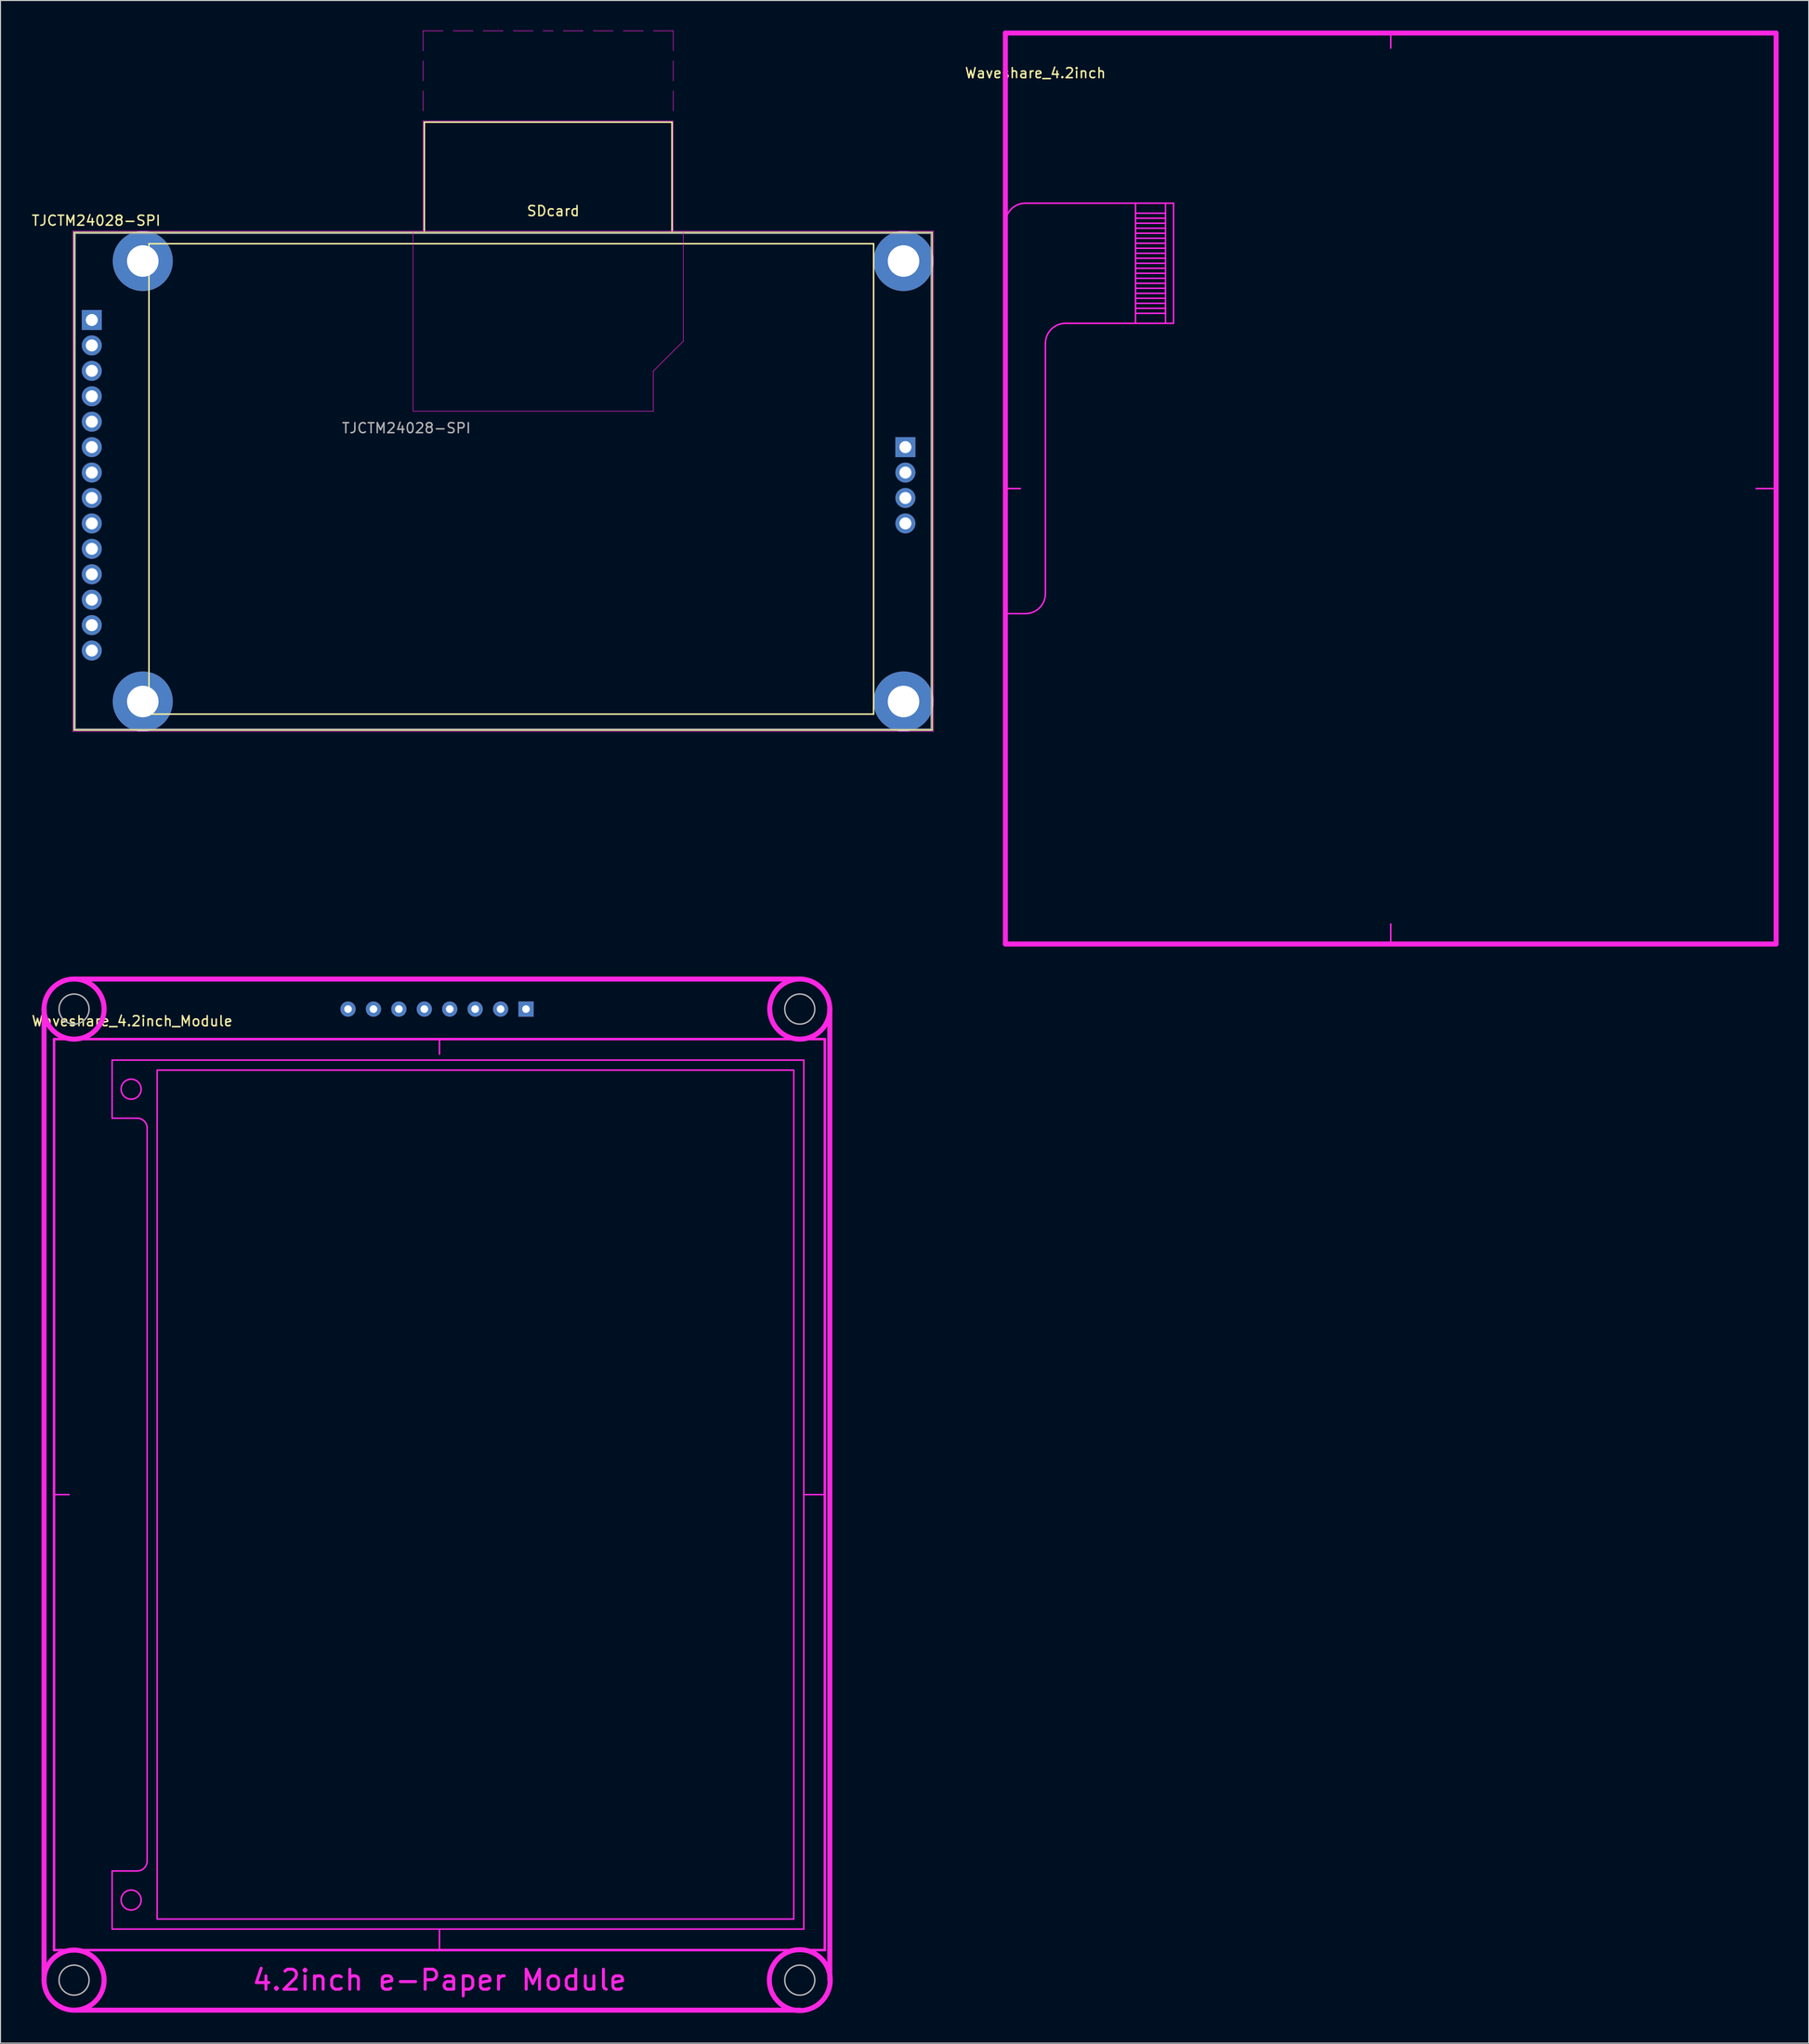
<source format=kicad_pcb>
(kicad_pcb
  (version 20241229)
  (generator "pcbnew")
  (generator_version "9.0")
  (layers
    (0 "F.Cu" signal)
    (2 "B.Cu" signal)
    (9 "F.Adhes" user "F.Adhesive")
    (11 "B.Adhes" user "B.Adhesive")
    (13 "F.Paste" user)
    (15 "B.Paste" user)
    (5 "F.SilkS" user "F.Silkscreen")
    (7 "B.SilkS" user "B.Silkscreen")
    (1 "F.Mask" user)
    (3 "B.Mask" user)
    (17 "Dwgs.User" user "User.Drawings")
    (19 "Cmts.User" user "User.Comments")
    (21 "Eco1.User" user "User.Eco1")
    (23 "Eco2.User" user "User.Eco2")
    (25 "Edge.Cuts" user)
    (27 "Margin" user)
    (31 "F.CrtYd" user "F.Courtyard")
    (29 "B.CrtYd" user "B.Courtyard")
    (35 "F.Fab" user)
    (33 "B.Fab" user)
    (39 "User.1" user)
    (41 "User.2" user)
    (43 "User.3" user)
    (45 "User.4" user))
  (footprint "Waveshare_4.2inch"
    (layer "F.Cu")
    (at 135.887 45.75)
    (property "Reference" "Waveshare_4.2inch" (at -35.5 -41.5 0) (layer "F.SilkS") (effects (font (size 1 1) (thickness 0.15))))
    (attr through_hole)
    (fp_line (start -38.5 -45.5) (end -38.5 45.5) (stroke (width 0.5) (type solid)) (layer "F.CrtYd"))
    (fp_line (start -38.5 0) (end -37 0) (stroke (width 0.15) (type solid)) (layer "F.CrtYd"))
    (fp_line (start -38.5 12.5) (end -36.5 12.5) (stroke (width 0.15) (type solid)) (layer "F.CrtYd"))
    (fp_line (start -38.5 45.5) (end 38.5 45.5) (stroke (width 0.5) (type solid)) (layer "F.CrtYd"))
    (fp_line (start -34.5 -14.5) (end -34.5 10.5) (stroke (width 0.15) (type solid)) (layer "F.CrtYd"))
    (fp_line (start -25.5 -28.5) (end -36.5 -28.5) (stroke (width 0.15) (type solid)) (layer "F.CrtYd"))
    (fp_line (start -25.5 -28.5) (end -25.5 -16.5) (stroke (width 0.15) (type solid)) (layer "F.CrtYd"))
    (fp_line (start -25.5 -28.5) (end -21.7 -28.5) (stroke (width 0.15) (type solid)) (layer "F.CrtYd"))
    (fp_line (start -25.5 -27) (end -22.5 -27) (stroke (width 0.15) (type solid)) (layer "F.CrtYd"))
    (fp_line (start -25.5 -26.5) (end -22.5 -26.5) (stroke (width 0.15) (type solid)) (layer "F.CrtYd"))
    (fp_line (start -25.5 -25) (end -22.5 -25) (stroke (width 0.15) (type solid)) (layer "F.CrtYd"))
    (fp_line (start -25.5 -24.5) (end -22.5 -24.5) (stroke (width 0.15) (type solid)) (layer "F.CrtYd"))
    (fp_line (start -25.5 -23) (end -22.5 -23) (stroke (width 0.15) (type solid)) (layer "F.CrtYd"))
    (fp_line (start -25.5 -22.5) (end -22.5 -22.5) (stroke (width 0.15) (type solid)) (layer "F.CrtYd"))
    (fp_line (start -25.5 -21.5) (end -22.5 -21.5) (stroke (width 0.15) (type solid)) (layer "F.CrtYd"))
    (fp_line (start -25.5 -21) (end -22.5 -21) (stroke (width 0.15) (type solid)) (layer "F.CrtYd"))
    (fp_line (start -25.5 -19.5) (end -22.5 -19.5) (stroke (width 0.15) (type solid)) (layer "F.CrtYd"))
    (fp_line (start -25.5 -19) (end -22.5 -19) (stroke (width 0.15) (type solid)) (layer "F.CrtYd"))
    (fp_line (start -25.5 -17.5) (end -22.5 -17.5) (stroke (width 0.15) (type solid)) (layer "F.CrtYd"))
    (fp_line (start -25.5 -16.5) (end -32.5 -16.5) (stroke (width 0.15) (type solid)) (layer "F.CrtYd"))
    (fp_line (start -22.5 -28.5) (end -22.5 -16.5) (stroke (width 0.15) (type solid)) (layer "F.CrtYd"))
    (fp_line (start -22.5 -27.5) (end -25.5 -27.5) (stroke (width 0.15) (type solid)) (layer "F.CrtYd"))
    (fp_line (start -22.5 -26) (end -25.5 -26) (stroke (width 0.15) (type solid)) (layer "F.CrtYd"))
    (fp_line (start -22.5 -25.5) (end -25.5 -25.5) (stroke (width 0.15) (type solid)) (layer "F.CrtYd"))
    (fp_line (start -22.5 -24) (end -25.5 -24) (stroke (width 0.15) (type solid)) (layer "F.CrtYd"))
    (fp_line (start -22.5 -23.5) (end -25.5 -23.5) (stroke (width 0.15) (type solid)) (layer "F.CrtYd"))
    (fp_line (start -22.5 -22) (end -25.5 -22) (stroke (width 0.15) (type solid)) (layer "F.CrtYd"))
    (fp_line (start -22.5 -20.5) (end -25.5 -20.5) (stroke (width 0.15) (type solid)) (layer "F.CrtYd"))
    (fp_line (start -22.5 -20) (end -25.5 -20) (stroke (width 0.15) (type solid)) (layer "F.CrtYd"))
    (fp_line (start -22.5 -19.5) (end -22.5 -20.5) (stroke (width 0.15) (type solid)) (layer "F.CrtYd"))
    (fp_line (start -22.5 -18.5) (end -25.5 -18.5) (stroke (width 0.15) (type solid)) (layer "F.CrtYd"))
    (fp_line (start -22.5 -18) (end -25.5 -18) (stroke (width 0.15) (type solid)) (layer "F.CrtYd"))
    (fp_line (start -22.5 -17.5) (end -22.5 -18.5) (stroke (width 0.15) (type solid)) (layer "F.CrtYd"))
    (fp_line (start -21.7 -28.5) (end -21.7 -16.5) (stroke (width 0.15) (type solid)) (layer "F.CrtYd"))
    (fp_line (start -21.7 -16.5) (end -25.5 -16.5) (stroke (width 0.15) (type solid)) (layer "F.CrtYd"))
    (fp_line (start 0 -45.5) (end 0 -44) (stroke (width 0.15) (type solid)) (layer "F.CrtYd"))
    (fp_line (start 0 45.5) (end 0 43.5) (stroke (width 0.15) (type solid)) (layer "F.CrtYd"))
    (fp_line (start 38.5 -45.5) (end -38.5 -45.5) (stroke (width 0.5) (type solid)) (layer "F.CrtYd"))
    (fp_line (start 38.5 0) (end 36.5 0) (stroke (width 0.15) (type solid)) (layer "F.CrtYd"))
    (fp_line (start 38.5 45.5) (end 38.5 -45.5) (stroke (width 0.5) (type solid)) (layer "F.CrtYd"))
    (fp_arc (start -38.5 -26.5) (mid -37.914214 -27.914214) (end -36.5 -28.5) (stroke (width 0.15) (type solid)) (layer "F.CrtYd"))
    (fp_arc (start -34.5 -14.5) (mid -33.914214 -15.914214) (end -32.5 -16.5) (stroke (width 0.15) (type solid)) (layer "F.CrtYd"))
    (fp_arc (start -34.5 10.5) (mid -35.085786 11.914214) (end -36.5 12.5) (stroke (width 0.15) (type solid)) (layer "F.CrtYd")))
  (footprint "Waveshare_4.2inch_Module"
    (layer "F.Cu")
    (at 40.849 146.25)
    (property "Reference" "Waveshare_4.2inch_Module" (at -30.7 -47.3 0) (layer "F.SilkS") (effects (font (size 1 1) (thickness 0.15))))
    (attr through_hole)
    (fp_line (start -39.5 48.5) (end -39.5 -48.5) (stroke (width 0.5) (type solid)) (layer "F.CrtYd"))
    (fp_line (start -38.5 -45.5) (end -38.5 45.5) (stroke (width 0.25) (type solid)) (layer "F.CrtYd"))
    (fp_line (start -38.5 0) (end -37 0) (stroke (width 0.15) (type solid)) (layer "F.CrtYd"))
    (fp_line (start -38.5 45.5) (end 38.5 45.5) (stroke (width 0.25) (type solid)) (layer "F.CrtYd"))
    (fp_line (start -36.5 -51.5) (end 36 -51.5) (stroke (width 0.5) (type solid)) (layer "F.CrtYd"))
    (fp_line (start -36.5 51.5) (end 36 51.5) (stroke (width 0.5) (type solid)) (layer "F.CrtYd"))
    (fp_line (start -32.7 -43.4) (end -32.7 -37.6) (stroke (width 0.15) (type solid)) (layer "F.CrtYd"))
    (fp_line (start -32.7 -37.6) (end -30.3 -37.6) (stroke (width 0.15) (type solid)) (layer "F.CrtYd"))
    (fp_line (start -32.7 43.4) (end -32.7 37.6) (stroke (width 0.15) (type solid)) (layer "F.CrtYd"))
    (fp_line (start -30.7 -43.4) (end -32.7 -43.4) (stroke (width 0.15) (type solid)) (layer "F.CrtYd"))
    (fp_line (start -30.2 37.6) (end -32.7 37.6) (stroke (width 0.15) (type solid)) (layer "F.CrtYd"))
    (fp_line (start -29.2 36.6) (end -29.2 -36.7) (stroke (width 0.15) (type solid)) (layer "F.CrtYd"))
    (fp_line (start -28.2 -42.4) (end -28.2 42.4) (stroke (width 0.15) (type solid)) (layer "F.CrtYd"))
    (fp_line (start -28.2 42.4) (end 35.4 42.4) (stroke (width 0.15) (type solid)) (layer "F.CrtYd"))
    (fp_line (start -28.2 43.4) (end -32.7 43.4) (stroke (width 0.15) (type solid)) (layer "F.CrtYd"))
    (fp_line (start 0 -45.5) (end 0 -44) (stroke (width 0.15) (type solid)) (layer "F.CrtYd"))
    (fp_line (start 0 45.5) (end 0 43.5) (stroke (width 0.15) (type solid)) (layer "F.CrtYd"))
    (fp_line (start 35.4 -42.4) (end -28.2 -42.4) (stroke (width 0.15) (type solid)) (layer "F.CrtYd"))
    (fp_line (start 35.4 42.4) (end 35.4 -42.4) (stroke (width 0.15) (type solid)) (layer "F.CrtYd"))
    (fp_line (start 36.4 -43.4) (end -30.7 -43.4) (stroke (width 0.15) (type solid)) (layer "F.CrtYd"))
    (fp_line (start 36.4 -43.4) (end 36.4 43.4) (stroke (width 0.15) (type solid)) (layer "F.CrtYd"))
    (fp_line (start 36.4 43.4) (end -28.2 43.4) (stroke (width 0.15) (type solid)) (layer "F.CrtYd"))
    (fp_line (start 38.5 -45.5) (end -38.5 -45.5) (stroke (width 0.25) (type solid)) (layer "F.CrtYd"))
    (fp_line (start 38.5 0) (end 36.5 0) (stroke (width 0.15) (type solid)) (layer "F.CrtYd"))
    (fp_line (start 38.5 45.5) (end 38.5 -45.5) (stroke (width 0.25) (type solid)) (layer "F.CrtYd"))
    (fp_line (start 39 -48.5) (end 39 48.5) (stroke (width 0.5) (type solid)) (layer "F.CrtYd"))
    (fp_arc (start -30.3 -37.6) (mid -29.563604 -37.377817) (end -29.2 -36.7) (stroke (width 0.15) (type solid)) (layer "F.CrtYd"))
    (fp_arc (start -29.2 36.6) (mid -29.492893 37.307107) (end -30.2 37.6) (stroke (width 0.15) (type solid)) (layer "F.CrtYd"))
    (fp_circle (center -36.5 -48.5) (end -36.5 -45.5) (stroke (width 0.5) (type solid)) (fill no) (layer "F.CrtYd"))
    (fp_circle (center -36.5 48.5) (end -36.5 45.5) (stroke (width 0.5) (type solid)) (fill no) (layer "F.CrtYd"))
    (fp_circle (center -30.8 -40.5) (end -29.8 -40.5) (stroke (width 0.15) (type solid)) (fill no) (layer "F.CrtYd"))
    (fp_circle (center -30.8 40.5) (end -30.8 41.5) (stroke (width 0.15) (type solid)) (fill no) (layer "F.CrtYd"))
    (fp_circle (center 36 -48.5) (end 39 -48.5) (stroke (width 0.5) (type solid)) (fill no) (layer "F.CrtYd"))
    (fp_circle (center 36 48.5) (end 36.5 45.5) (stroke (width 0.5) (type solid)) (fill no) (layer "F.CrtYd"))
    (fp_circle (center -36.5 -48.5) (end -35 -48.5) (stroke (width 0.15) (type solid)) (fill no) (layer "F.Fab"))
    (fp_circle (center -36.5 48.5) (end -35 48.5) (stroke (width 0.15) (type solid)) (fill no) (layer "F.Fab"))
    (fp_circle (center 36 -48.5) (end 37.5 -48.5) (stroke (width 0.15) (type solid)) (fill no) (layer "F.Fab"))
    (fp_circle (center 36 48.5) (end 37.5 48.5) (stroke (width 0.15) (type solid)) (fill no) (layer "F.Fab"))
    (fp_text user "4.2inch e-Paper Module" (at 0 48.5 0) (layer "F.CrtYd") (effects (font (size 2 2) (thickness 0.3))))
    (pad "1" thru_hole rect (at 8.65 -48.5) (size 1.524 1.524) (drill 0.762) (layers "*.Cu" "*.Mask"))
    (pad "2" thru_hole circle (at 6.11 -48.5) (size 1.524 1.524) (drill 0.762) (layers "*.Cu" "*.Mask"))
    (pad "3" thru_hole circle (at 3.57 -48.5) (size 1.524 1.524) (drill 0.762) (layers "*.Cu" "*.Mask"))
    (pad "4" thru_hole circle (at 1.03 -48.5) (size 1.524 1.524) (drill 0.762) (layers "*.Cu" "*.Mask"))
    (pad "5" thru_hole circle (at -1.51 -48.5) (size 1.524 1.524) (drill 0.762) (layers "*.Cu" "*.Mask"))
    (pad "6" thru_hole circle (at -4.05 -48.5) (size 1.524 1.524) (drill 0.762) (layers "*.Cu" "*.Mask"))
    (pad "7" thru_hole circle (at -6.59 -48.5) (size 1.524 1.524) (drill 0.762) (layers "*.Cu" "*.Mask"))
    (pad "8" thru_hole circle (at -9.13 -48.5) (size 1.524 1.524) (drill 0.762) (layers "*.Cu" "*.Mask")))
  (footprint "TJCTM24028-SPI"
    (layer "F.Cu")
    (at 4.214 20.025)
    (property "Reference" "TJCTM24028-SPI" (at 2.34 -1.04 0) (layer "F.SilkS") (effects (font (size 1 1) (thickness 0.15))))
    (attr through_hole)
    (fp_line (start 0.13 0.13) (end 85.87 0.13) (stroke (width 0.12) (type solid)) (layer "F.SilkS"))
    (fp_line (start 0.13 49.87) (end 0.13 0.13) (stroke (width 0.12) (type solid)) (layer "F.SilkS"))
    (fp_line (start 7.62 1.27) (end 7.62 48.26) (stroke (width 0.15) (type solid)) (layer "F.SilkS"))
    (fp_line (start 7.62 48.26) (end 80.01 48.26) (stroke (width 0.15) (type solid)) (layer "F.SilkS"))
    (fp_line (start 35.13 -10.87) (end 59.87 -10.87) (stroke (width 0.15) (type solid)) (layer "F.SilkS"))
    (fp_line (start 35.13 0) (end 35.13 -10.87) (stroke (width 0.15) (type solid)) (layer "F.SilkS"))
    (fp_line (start 59.87 -10.87) (end 59.87 0) (stroke (width 0.15) (type solid)) (layer "F.SilkS"))
    (fp_line (start 80.01 1.27) (end 7.62 1.27) (stroke (width 0.15) (type solid)) (layer "F.SilkS"))
    (fp_line (start 80.01 47.625) (end 80.01 1.27) (stroke (width 0.15) (type solid)) (layer "F.SilkS"))
    (fp_line (start 80.01 48.26) (end 80.01 47.625) (stroke (width 0.15) (type solid)) (layer "F.SilkS"))
    (fp_line (start 85.87 0.13) (end 85.87 49.87) (stroke (width 0.12) (type solid)) (layer "F.SilkS"))
    (fp_line (start 85.87 49.87) (end 0.13 49.87) (stroke (width 0.12) (type solid)) (layer "F.SilkS"))
    (fp_line (start 0 0) (end 86 0) (stroke (width 0.05) (type solid)) (layer "F.CrtYd"))
    (fp_line (start 0 50) (end 0 0) (stroke (width 0.05) (type solid)) (layer "F.CrtYd"))
    (fp_line (start 34 0) (end 34 18) (stroke (width 0.05) (type solid)) (layer "F.CrtYd"))
    (fp_line (start 34 18) (end 58 18) (stroke (width 0.05) (type solid)) (layer "F.CrtYd"))
    (fp_line (start 35 -20) (end 37 -20) (stroke (width 0.05) (type solid)) (layer "F.CrtYd"))
    (fp_line (start 35 -18) (end 35 -20) (stroke (width 0.05) (type solid)) (layer "F.CrtYd"))
    (fp_line (start 35 -15) (end 35 -17) (stroke (width 0.05) (type solid)) (layer "F.CrtYd"))
    (fp_line (start 35 -12) (end 35 -14) (stroke (width 0.05) (type solid)) (layer "F.CrtYd"))
    (fp_line (start 35 -11) (end 60 -11) (stroke (width 0.05) (type solid)) (layer "F.CrtYd"))
    (fp_line (start 35 0) (end 35 -11) (stroke (width 0.05) (type solid)) (layer "F.CrtYd"))
    (fp_line (start 38 -20) (end 40 -20) (stroke (width 0.05) (type solid)) (layer "F.CrtYd"))
    (fp_line (start 41 -20) (end 43 -20) (stroke (width 0.05) (type solid)) (layer "F.CrtYd"))
    (fp_line (start 44 -20) (end 46 -20) (stroke (width 0.05) (type solid)) (layer "F.CrtYd"))
    (fp_line (start 47 -20) (end 48 -20) (stroke (width 0.05) (type solid)) (layer "F.CrtYd"))
    (fp_line (start 49 -20) (end 51 -20) (stroke (width 0.05) (type solid)) (layer "F.CrtYd"))
    (fp_line (start 54 -20) (end 52 -20) (stroke (width 0.05) (type solid)) (layer "F.CrtYd"))
    (fp_line (start 57 -20) (end 55 -20) (stroke (width 0.05) (type solid)) (layer "F.CrtYd"))
    (fp_line (start 58 14) (end 58 18) (stroke (width 0.05) (type solid)) (layer "F.CrtYd"))
    (fp_line (start 60 -20) (end 58 -20) (stroke (width 0.05) (type solid)) (layer "F.CrtYd"))
    (fp_line (start 60 -18) (end 60 -20) (stroke (width 0.05) (type solid)) (layer "F.CrtYd"))
    (fp_line (start 60 -15) (end 60 -17) (stroke (width 0.05) (type solid)) (layer "F.CrtYd"))
    (fp_line (start 60 -12) (end 60 -14) (stroke (width 0.05) (type solid)) (layer "F.CrtYd"))
    (fp_line (start 60 -11) (end 60 0) (stroke (width 0.05) (type solid)) (layer "F.CrtYd"))
    (fp_line (start 61 11) (end 58 14) (stroke (width 0.05) (type solid)) (layer "F.CrtYd"))
    (fp_line (start 61 11) (end 61 0) (stroke (width 0.05) (type solid)) (layer "F.CrtYd"))
    (fp_line (start 86 0) (end 86 50) (stroke (width 0.05) (type solid)) (layer "F.CrtYd"))
    (fp_line (start 86 50) (end 0 50) (stroke (width 0.05) (type solid)) (layer "F.CrtYd"))
    (fp_line (start 0.25 0.25) (end 85.75 0.25) (stroke (width 0.1) (type solid)) (layer "F.Fab"))
    (fp_line (start 0.25 11.14) (end 0.25 0.25) (stroke (width 0.1) (type solid)) (layer "F.Fab"))
    (fp_line (start 0.25 49.75) (end 0.25 11.14) (stroke (width 0.1) (type solid)) (layer "F.Fab"))
    (fp_line (start 85.75 0.25) (end 85.75 49.75) (stroke (width 0.1) (type solid)) (layer "F.Fab"))
    (fp_line (start 85.75 49.75) (end 0.25 49.75) (stroke (width 0.1) (type solid)) (layer "F.Fab"))
    (fp_text user "SDcard" (at 48 -2 0) (layer "F.SilkS") (effects (font (size 1 1) (thickness 0.15))))
    (fp_text user "${REFERENCE}" (at 33.33 19.69 0) (layer "F.Fab") (effects (font (size 1 1) (thickness 0.15))))
    (pad "" thru_hole circle (at 7 3) (size 6 6) (drill 3.15) (layers "*.Cu" "*.Mask"))
    (pad "" thru_hole circle (at 7 47) (size 6 6) (drill 3.15) (layers "*.Cu" "*.Mask"))
    (pad "" thru_hole circle (at 83 3) (size 6 6) (drill 3.15) (layers "*.Cu" "*.Mask"))
    (pad "" thru_hole circle (at 83 47) (size 6 6) (drill 3.15) (layers "*.Cu" "*.Mask"))
    (pad "1" thru_hole rect (at 1.905 8.89) (size 2 2) (drill 1.2) (layers "*.Cu" "*.Mask"))
    (pad "2" thru_hole circle (at 1.905 11.43) (size 2 2) (drill 1.2) (layers "*.Cu" "*.Mask"))
    (pad "3" thru_hole circle (at 1.905 13.97) (size 2 2) (drill 1.2) (layers "*.Cu" "*.Mask"))
    (pad "4" thru_hole circle (at 1.905 16.51) (size 2 2) (drill 1.2) (layers "*.Cu" "*.Mask"))
    (pad "5" thru_hole circle (at 1.905 19.05) (size 2 2) (drill 1.2) (layers "*.Cu" "*.Mask"))
    (pad "6" thru_hole circle (at 1.905 21.59) (size 2 2) (drill 1.2) (layers "*.Cu" "*.Mask"))
    (pad "7" thru_hole circle (at 1.905 24.13) (size 2 2) (drill 1.2) (layers "*.Cu" "*.Mask"))
    (pad "8" thru_hole circle (at 1.905 26.67) (size 2 2) (drill 1.2) (layers "*.Cu" "*.Mask"))
    (pad "9" thru_hole circle (at 1.905 29.21) (size 2 2) (drill 1.2) (layers "*.Cu" "*.Mask"))
    (pad "10" thru_hole circle (at 1.905 31.75) (size 2 2) (drill 1.2) (layers "*.Cu" "*.Mask"))
    (pad "11" thru_hole circle (at 1.905 34.29) (size 2 2) (drill 1.2) (layers "*.Cu" "*.Mask"))
    (pad "12" thru_hole circle (at 1.905 36.83) (size 2 2) (drill 1.2) (layers "*.Cu" "*.Mask"))
    (pad "13" thru_hole circle (at 1.905 39.37) (size 2 2) (drill 1.2) (layers "*.Cu" "*.Mask"))
    (pad "14" thru_hole circle (at 1.905 41.91) (size 2 2) (drill 1.2) (layers "*.Cu" "*.Mask"))
    (pad "20" thru_hole rect (at 83.185 21.59) (size 2 2) (drill 1.2) (layers "*.Cu" "*.Mask"))
    (pad "21" thru_hole circle (at 83.185 24.13) (size 2 2) (drill 1.2) (layers "*.Cu" "*.Mask"))
    (pad "22" thru_hole circle (at 83.185 26.67) (size 2 2) (drill 1.2) (layers "*.Cu" "*.Mask"))
    (pad "23" thru_hole circle (at 83.185 29.21) (size 2 2) (drill 1.2) (layers "*.Cu" "*.Mask")))
  (gr_rect
    (start -3 -3)
    (end 177.637 201.041)
    (stroke (width 0.1) (type default))
    (fill no)
    (layer "Edge.Cuts")))
</source>
